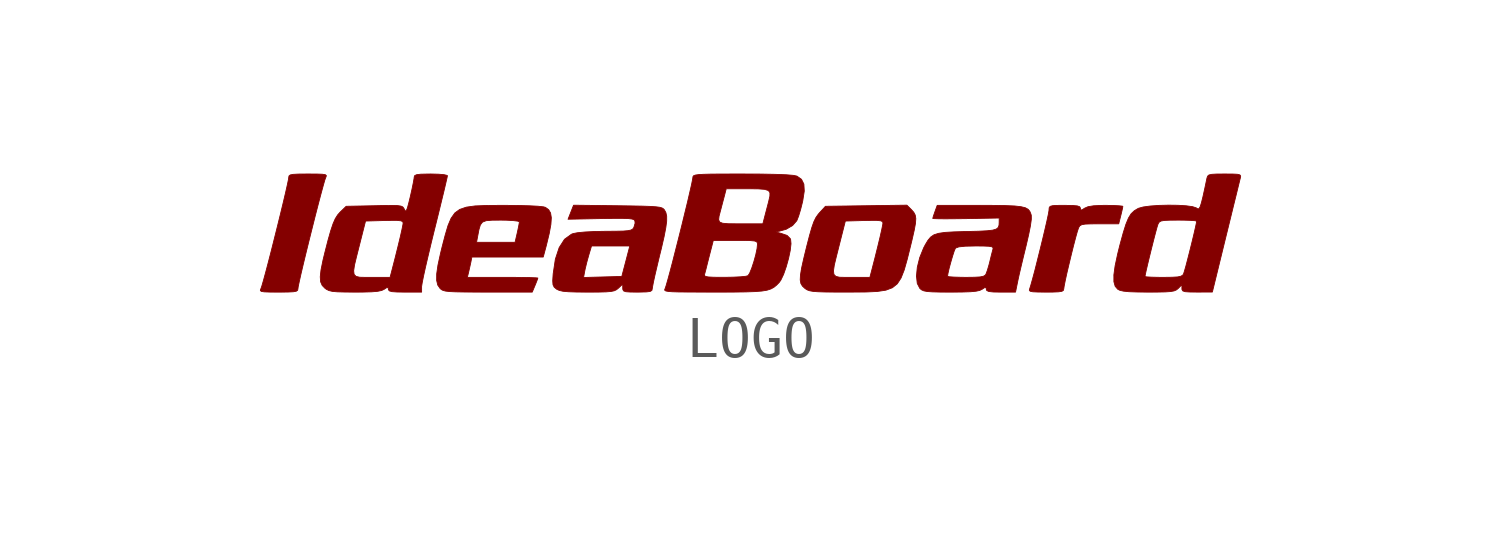
<source format=kicad_sym>
(kicad_symbol_lib
  (version 20210619)
  (generator bitmap2component)
  (symbol "LOGO"
    (pin_names
      (offset 1.016))
    (property "Reference" "#G"
      (at 0 0.822 0)
      (effects (font (size 1.27 1.27)) hide))
    (symbol "LOGO_0_0"
      (polyline (pts (xy -11.394 -1.455) (xy -11.264 -1.448) (xy -11.191 -1.434) (xy -11.159 -1.409) (xy -11.152 -1.37) (xy -11.146 -1.323) (xy -11.119 -1.195) (xy -11.076 -1.003) (xy -11.019 -0.761) (xy -10.952 -0.484) (xy -10.878 -0.184) (xy -10.801 0.124) (xy -10.725 0.426) (xy -10.652 0.709) (xy -10.586 0.959) (xy -10.531 1.161) (xy -10.491 1.303) (xy -10.467 1.37) (xy -10.459 1.386) (xy -10.452 1.419) (xy -10.478 1.44) (xy -10.552 1.451) (xy -10.688 1.456) (xy -10.9 1.457) (xy -10.936 1.457) (xy -11.138 1.455) (xy -11.268 1.448) (xy -11.341 1.434) (xy -11.373 1.409) (xy -11.38 1.371) (xy -11.386 1.323) (xy -11.413 1.195) (xy -11.456 1.003) (xy -11.513 0.761) (xy -11.58 0.484) (xy -11.654 0.184) (xy -11.731 -0.124) (xy -11.807 -0.426) (xy -11.88 -0.709) (xy -11.946 -0.959) (xy -12.001 -1.161) (xy -12.042 -1.303) (xy -12.065 -1.37) (xy -12.073 -1.386) (xy -12.08 -1.419) (xy -12.054 -1.44) (xy -11.98 -1.451) (xy -11.844 -1.456) (xy -11.632 -1.457) (xy -11.597 -1.457) (xy -11.394 -1.455)) (stroke (width 0.01)) (fill (type outline)))
      (polyline (pts (xy -8.102 -1.325) (xy -8.102 -1.317) (xy -8.087 -1.224) (xy -8.054 -1.058) (xy -8.004 -0.832) (xy -7.94 -0.557) (xy -7.866 -0.246) (xy -7.784 0.088) (xy -7.764 0.167) (xy -7.684 0.49) (xy -7.613 0.782) (xy -7.552 1.032) (xy -7.506 1.228) (xy -7.476 1.359) (xy -7.465 1.413) (xy -7.473 1.422) (xy -7.548 1.44) (xy -7.688 1.452) (xy -7.875 1.457) (xy -7.952 1.456) (xy -8.122 1.452) (xy -8.223 1.44) (xy -8.272 1.418) (xy -8.285 1.383) (xy -8.287 1.355) (xy -8.306 1.246) (xy -8.339 1.084) (xy -8.382 0.893) (xy -8.415 0.758) (xy -8.452 0.62) (xy -8.48 0.553) (xy -8.503 0.544) (xy -8.527 0.584) (xy -8.541 0.613) (xy -8.567 0.645) (xy -8.611 0.665) (xy -8.69 0.677) (xy -8.816 0.681) (xy -9.004 0.68) (xy -9.269 0.674) (xy -9.963 0.66) (xy -10.101 0.527) (xy -10.106 0.523) (xy -10.173 0.448) (xy -10.232 0.354) (xy -10.287 0.228) (xy -10.345 0.055) (xy -10.411 -0.178) (xy -10.49 -0.486) (xy -10.535 -0.671) (xy -10.583 -0.907) (xy -10.586 -0.931) (xy -9.778 -0.931) (xy -9.757 -0.788) (xy -9.707 -0.581) (xy -9.635 -0.296) (xy -9.485 0.296) (xy -9.021 0.309) (xy -8.861 0.312) (xy -8.705 0.312) (xy -8.613 0.302) (xy -8.569 0.282) (xy -8.558 0.249) (xy -8.562 0.214) (xy -8.586 0.093) (xy -8.628 -0.095) (xy -8.686 -0.335) (xy -8.756 -0.616) (xy -8.835 -0.922) (xy -8.88 -1.093) (xy -9.333 -1.093) (xy -9.494 -1.093) (xy -9.63 -1.09) (xy -9.719 -1.069) (xy -9.767 -1.02) (xy -9.778 -0.931) (xy -10.586 -0.931) (xy -10.602 -1.079) (xy -10.593 -1.203) (xy -10.554 -1.292) (xy -10.486 -1.362) (xy -10.449 -1.389) (xy -10.387 -1.419) (xy -10.303 -1.439) (xy -10.179 -1.45) (xy -9.999 -1.455) (xy -9.745 -1.457) (xy -9.549 -1.456) (xy -9.335 -1.45) (xy -9.185 -1.437) (xy -9.086 -1.416) (xy -9.023 -1.386) (xy -8.971 -1.351) (xy -8.93 -1.34) (xy -8.922 -1.386) (xy -8.921 -1.395) (xy -8.899 -1.426) (xy -8.835 -1.445) (xy -8.711 -1.454) (xy -8.512 -1.457) (xy -8.102 -1.457) (xy -8.102 -1.325)) (stroke (width 0.01)) (fill (type outline)))
      (polyline (pts (xy -5.304 -1.292) (xy -5.29 -1.259) (xy -5.251 -1.159) (xy -5.235 -1.11) (xy -5.235 -1.109) (xy -5.285 -1.104) (xy -5.411 -1.099) (xy -5.598 -1.096) (xy -5.835 -1.093) (xy -6.105 -1.093) (xy -6.974 -1.093) (xy -6.944 -0.973) (xy -6.92 -0.868) (xy -6.888 -0.723) (xy -6.862 -0.592) (xy -5.102 -0.592) (xy -5.056 -0.421) (xy -5.025 -0.305) (xy -4.954 -0.011) (xy -4.913 0.213) (xy -4.902 0.377) (xy -4.921 0.495) (xy -4.969 0.577) (xy -5.048 0.634) (xy -5.096 0.647) (xy -5.234 0.662) (xy -5.447 0.673) (xy -5.724 0.68) (xy -6.056 0.683) (xy -6.15 0.683) (xy -6.505 0.68) (xy -6.784 0.669) (xy -6.999 0.639) (xy -7.161 0.584) (xy -7.282 0.496) (xy -7.375 0.365) (xy -7.451 0.185) (xy -7.521 -0.052) (xy -7.567 -0.228) (xy -6.747 -0.228) (xy -6.716 -0.063) (xy -6.688 0.083) (xy -6.653 0.2) (xy -6.6 0.27) (xy -6.509 0.305) (xy -6.364 0.317) (xy -6.146 0.319) (xy -6.013 0.317) (xy -5.846 0.308) (xy -5.732 0.294) (xy -5.69 0.277) (xy -5.694 0.246) (xy -5.713 0.143) (xy -5.743 0.004) (xy -5.797 -0.228) (xy -6.747 -0.228) (xy -7.567 -0.228) (xy -7.6 -0.355) (xy -7.637 -0.508) (xy -7.699 -0.792) (xy -7.73 -1.008) (xy -7.731 -1.168) (xy -7.704 -1.283) (xy -7.647 -1.366) (xy -7.615 -1.394) (xy -7.572 -1.416) (xy -7.508 -1.432) (xy -7.412 -1.443) (xy -7.271 -1.45) (xy -7.074 -1.454) (xy -6.809 -1.456) (xy -6.464 -1.457) (xy -5.373 -1.457) (xy -5.304 -1.292)) (stroke (width 0.01)) (fill (type outline)))
      (polyline (pts (xy -3.733 -1.456) (xy -3.553 -1.451) (xy -3.431 -1.441) (xy -3.35 -1.424) (xy -3.294 -1.397) (xy -3.246 -1.358) (xy -3.141 -1.259) (xy -3.141 -1.358) (xy -3.139 -1.39) (xy -3.12 -1.427) (xy -3.066 -1.447) (xy -2.958 -1.455) (xy -2.777 -1.457) (xy -2.714 -1.456) (xy -2.555 -1.452) (xy -2.464 -1.44) (xy -2.422 -1.415) (xy -2.413 -1.374) (xy -2.407 -1.333) (xy -2.384 -1.211) (xy -2.344 -1.029) (xy -2.291 -0.804) (xy -2.231 -0.552) (xy -2.189 -0.384) (xy -2.122 -0.093) (xy -2.079 0.129) (xy -2.057 0.294) (xy -2.057 0.415) (xy -2.076 0.503) (xy -2.113 0.572) (xy -2.135 0.596) (xy -2.171 0.619) (xy -2.23 0.636) (xy -2.323 0.648) (xy -2.462 0.657) (xy -2.658 0.664) (xy -2.922 0.669) (xy -3.266 0.674) (xy -4.354 0.687) (xy -4.422 0.514) (xy -4.49 0.341) (xy -3.679 0.357) (xy -3.633 0.358) (xy -3.349 0.362) (xy -3.143 0.362) (xy -3.001 0.357) (xy -2.912 0.346) (xy -2.863 0.329) (xy -2.842 0.304) (xy -2.836 0.243) (xy -2.866 0.14) (xy -2.868 0.136) (xy -2.894 0.1) (xy -2.936 0.075) (xy -3.009 0.059) (xy -3.128 0.049) (xy -3.308 0.045) (xy -3.563 0.043) (xy -3.571 0.043) (xy -3.84 0.038) (xy -4.075 0.026) (xy -4.258 0.008) (xy -4.368 -0.014) (xy -4.406 -0.029) (xy -4.577 -0.153) (xy -4.709 -0.359) (xy -4.803 -0.644) (xy -4.857 -1.006) (xy -4.858 -1.021) (xy -4.863 -1.096) (xy -4.107 -1.096) (xy -4.078 -0.938) (xy -4.066 -0.88) (xy -4.027 -0.719) (xy -3.98 -0.55) (xy -3.911 -0.319) (xy -2.967 -0.319) (xy -3.065 -0.694) (xy -3.164 -1.07) (xy -3.636 -1.083) (xy -4.107 -1.096) (xy -4.863 -1.096) (xy -4.868 -1.179) (xy -4.861 -1.275) (xy -4.832 -1.334) (xy -4.775 -1.382) (xy -4.769 -1.386) (xy -4.707 -1.415) (xy -4.615 -1.436) (xy -4.479 -1.448) (xy -4.282 -1.455) (xy -4.01 -1.457) (xy -3.986 -1.457) (xy -3.733 -1.456)) (stroke (width 0.01)) (fill (type outline)))
      (polyline (pts (xy -0.402 -1.456) (xy -0.11 -1.452) (xy 0.117 -1.444) (xy 0.288 -1.431) (xy 0.417 -1.41) (xy 0.513 -1.379) (xy 0.588 -1.338) (xy 0.654 -1.284) (xy 0.721 -1.215) (xy 0.759 -1.161) (xy 0.827 -1.018) (xy 0.892 -0.832) (xy 0.949 -0.627) (xy 0.991 -0.429) (xy 1.01 -0.264) (xy 1 -0.157) (xy 0.992 -0.138) (xy 0.914 -0.06) (xy 0.765 -0.008) (xy 0.702 0.008) (xy 0.648 0.03) (xy 0.673 0.041) (xy 0.713 0.044) (xy 0.892 0.094) (xy 1.05 0.187) (xy 1.152 0.304) (xy 1.154 0.308) (xy 1.198 0.42) (xy 1.248 0.586) (xy 1.294 0.77) (xy 1.3 0.798) (xy 1.337 1.036) (xy 1.327 1.207) (xy 1.268 1.326) (xy 1.155 1.405) (xy 1.069 1.423) (xy 0.89 1.438) (xy 0.621 1.448) (xy 0.263 1.455) (xy -0.184 1.457) (xy -0.411 1.457) (xy -0.728 1.456) (xy -0.97 1.454) (xy -1.147 1.449) (xy -1.269 1.442) (xy -1.346 1.431) (xy -1.389 1.416) (xy -1.407 1.396) (xy -1.411 1.371) (xy -1.418 1.323) (xy -1.444 1.195) (xy -1.488 1.003) (xy -1.544 0.761) (xy -1.612 0.484) (xy -1.65 0.327) (xy -0.775 0.327) (xy -0.765 0.416) (xy -0.731 0.546) (xy -0.724 0.572) (xy -0.682 0.733) (xy -0.638 0.899) (xy -0.588 1.093) (xy -0.029 1.093) (xy 0.203 1.09) (xy 0.359 1.078) (xy 0.451 1.049) (xy 0.49 0.996) (xy 0.489 0.912) (xy 0.461 0.79) (xy 0.455 0.765) (xy 0.41 0.593) (xy 0.365 0.421) (xy 0.315 0.228) (xy -0.334 0.228) (xy -0.542 0.23) (xy -0.676 0.242) (xy -0.75 0.271) (xy -0.775 0.327) (xy -1.65 0.327) (xy -1.685 0.184) (xy -1.762 -0.124) (xy -1.839 -0.426) (xy -1.911 -0.709) (xy -1.977 -0.959) (xy -2.001 -1.047) (xy -1.124 -1.047) (xy -1.121 -1.013) (xy -1.116 -0.996) (xy -1.087 -0.888) (xy -1.053 -0.751) (xy -1.047 -0.727) (xy -1.002 -0.55) (xy -0.957 -0.376) (xy -0.907 -0.182) (xy -0.362 -0.182) (xy -0.153 -0.182) (xy 0.008 -0.186) (xy 0.107 -0.195) (xy 0.159 -0.213) (xy 0.179 -0.242) (xy 0.182 -0.285) (xy 0.172 -0.384) (xy 0.14 -0.536) (xy 0.093 -0.706) (xy 0.04 -0.867) (xy -0.011 -0.991) (xy -0.052 -1.052) (xy -0.106 -1.066) (xy -0.236 -1.079) (xy -0.417 -1.088) (xy -0.629 -1.092) (xy -0.704 -1.092) (xy -0.902 -1.09) (xy -1.029 -1.083) (xy -1.098 -1.07) (xy -1.124 -1.047) (xy -2.001 -1.047) (xy -2.032 -1.161) (xy -2.073 -1.303) (xy -2.096 -1.37) (xy -2.106 -1.392) (xy -2.104 -1.413) (xy -2.078 -1.429) (xy -2.019 -1.44) (xy -1.917 -1.448) (xy -1.763 -1.453) (xy -1.546 -1.455) (xy -1.257 -1.456) (xy -0.887 -1.457) (xy -0.771 -1.457) (xy -0.402 -1.456)) (stroke (width 0.01)) (fill (type outline)))
      (polyline (pts (xy 2.861 -1.454) (xy 3.137 -1.441) (xy 3.35 -1.409) (xy 3.51 -1.349) (xy 3.631 -1.252) (xy 3.724 -1.109) (xy 3.802 -0.911) (xy 3.876 -0.65) (xy 3.959 -0.316) (xy 3.996 -0.164) (xy 4.049 0.069) (xy 4.08 0.238) (xy 4.088 0.358) (xy 4.074 0.443) (xy 4.039 0.51) (xy 3.983 0.574) (xy 3.868 0.688) (xy 2.864 0.674) (xy 1.859 0.66) (xy 1.711 0.499) (xy 1.681 0.464) (xy 1.624 0.383) (xy 1.573 0.279) (xy 1.523 0.137) (xy 1.466 -0.061) (xy 1.396 -0.331) (xy 1.323 -0.63) (xy 1.271 -0.863) (xy 1.26 -0.931) (xy 2.057 -0.931) (xy 2.078 -0.788) (xy 2.128 -0.581) (xy 2.2 -0.296) (xy 2.35 0.296) (xy 2.814 0.309) (xy 2.974 0.312) (xy 3.13 0.312) (xy 3.223 0.302) (xy 3.266 0.282) (xy 3.277 0.249) (xy 3.273 0.214) (xy 3.249 0.093) (xy 3.207 -0.095) (xy 3.149 -0.335) (xy 3.079 -0.616) (xy 3 -0.922) (xy 2.955 -1.093) (xy 2.502 -1.093) (xy 2.341 -1.093) (xy 2.205 -1.09) (xy 2.116 -1.069) (xy 2.068 -1.02) (xy 2.057 -0.931) (xy 1.26 -0.931) (xy 1.243 -1.034) (xy 1.237 -1.157) (xy 1.253 -1.244) (xy 1.291 -1.308) (xy 1.349 -1.362) (xy 1.364 -1.374) (xy 1.411 -1.403) (xy 1.47 -1.424) (xy 1.554 -1.439) (xy 1.677 -1.448) (xy 1.851 -1.454) (xy 2.09 -1.456) (xy 2.407 -1.456) (xy 2.509 -1.456) (xy 2.861 -1.454)) (stroke (width 0.01)) (fill (type outline)))
      (polyline (pts (xy 6.601 -1.195) (xy 6.605 -1.176) (xy 6.639 -1.02) (xy 6.689 -0.806) (xy 6.748 -0.56) (xy 6.81 -0.307) (xy 6.87 -0.047) (xy 6.915 0.176) (xy 6.938 0.341) (xy 6.937 0.434) (xy 6.929 0.464) (xy 6.902 0.532) (xy 6.86 0.585) (xy 6.79 0.624) (xy 6.683 0.65) (xy 6.528 0.668) (xy 6.314 0.677) (xy 6.03 0.682) (xy 5.666 0.683) (xy 4.616 0.683) (xy 4.561 0.532) (xy 4.555 0.514) (xy 4.52 0.413) (xy 4.506 0.361) (xy 4.544 0.356) (xy 4.659 0.352) (xy 4.837 0.351) (xy 5.064 0.353) (xy 5.326 0.356) (xy 6.145 0.371) (xy 6.144 0.265) (xy 6.141 0.195) (xy 6.121 0.138) (xy 6.073 0.098) (xy 5.985 0.072) (xy 5.843 0.056) (xy 5.635 0.045) (xy 5.348 0.038) (xy 5.32 0.038) (xy 5.026 0.029) (xy 4.807 0.016) (xy 4.649 -0.007) (xy 4.536 -0.043) (xy 4.454 -0.099) (xy 4.388 -0.178) (xy 4.323 -0.286) (xy 4.281 -0.366) (xy 4.185 -0.604) (xy 4.125 -0.843) (xy 4.104 -1.062) (xy 4.105 -1.068) (xy 4.871 -1.068) (xy 4.881 -0.999) (xy 4.91 -0.871) (xy 4.952 -0.716) (xy 4.997 -0.562) (xy 5.037 -0.439) (xy 5.065 -0.376) (xy 5.07 -0.37) (xy 5.15 -0.341) (xy 5.313 -0.324) (xy 5.562 -0.319) (xy 5.757 -0.32) (xy 5.892 -0.326) (xy 5.966 -0.339) (xy 5.994 -0.362) (xy 5.991 -0.398) (xy 5.98 -0.437) (xy 5.949 -0.557) (xy 5.913 -0.706) (xy 5.893 -0.784) (xy 5.852 -0.923) (xy 5.818 -1.013) (xy 5.804 -1.035) (xy 5.759 -1.064) (xy 5.676 -1.082) (xy 5.537 -1.09) (xy 5.324 -1.093) (xy 5.193 -1.091) (xy 5.027 -1.086) (xy 4.913 -1.078) (xy 4.871 -1.068) (xy 4.105 -1.068) (xy 4.124 -1.243) (xy 4.188 -1.366) (xy 4.23 -1.401) (xy 4.286 -1.426) (xy 4.37 -1.442) (xy 4.499 -1.451) (xy 4.688 -1.456) (xy 4.952 -1.457) (xy 5.227 -1.455) (xy 5.431 -1.448) (xy 5.572 -1.435) (xy 5.665 -1.415) (xy 5.725 -1.386) (xy 5.777 -1.351) (xy 5.818 -1.34) (xy 5.827 -1.386) (xy 5.839 -1.419) (xy 5.892 -1.442) (xy 6.003 -1.454) (xy 6.187 -1.457) (xy 6.548 -1.457) (xy 6.601 -1.195)) (stroke (width 0.01)) (fill (type outline)))
      (polyline (pts (xy 7.464 -1.456) (xy 7.609 -1.45) (xy 7.692 -1.437) (xy 7.729 -1.413) (xy 7.738 -1.375) (xy 7.747 -1.312) (xy 7.774 -1.175) (xy 7.815 -0.987) (xy 7.867 -0.767) (xy 7.923 -0.534) (xy 7.979 -0.309) (xy 8.031 -0.111) (xy 8.073 0.04) (xy 8.102 0.125) (xy 8.108 0.139) (xy 8.135 0.18) (xy 8.182 0.206) (xy 8.267 0.221) (xy 8.407 0.226) (xy 8.62 0.228) (xy 9.093 0.228) (xy 9.144 0.43) (xy 9.159 0.49) (xy 9.185 0.602) (xy 9.195 0.657) (xy 9.182 0.664) (xy 9.099 0.673) (xy 8.956 0.68) (xy 8.773 0.683) (xy 8.685 0.682) (xy 8.476 0.673) (xy 8.336 0.65) (xy 8.249 0.612) (xy 8.197 0.577) (xy 8.156 0.567) (xy 8.148 0.612) (xy 8.148 0.616) (xy 8.13 0.649) (xy 8.071 0.67) (xy 7.953 0.68) (xy 7.761 0.683) (xy 7.576 0.682) (xy 7.461 0.675) (xy 7.401 0.658) (xy 7.378 0.624) (xy 7.374 0.57) (xy 7.373 0.555) (xy 7.356 0.459) (xy 7.321 0.296) (xy 7.272 0.084) (xy 7.214 -0.16) (xy 7.15 -0.421) (xy 7.085 -0.681) (xy 7.024 -0.923) (xy 6.968 -1.131) (xy 6.924 -1.288) (xy 6.896 -1.377) (xy 6.888 -1.41) (xy 6.908 -1.435) (xy 6.974 -1.449) (xy 7.099 -1.455) (xy 7.301 -1.457) (xy 7.464 -1.456)) (stroke (width 0.01)) (fill (type outline)))
      (polyline (pts (xy 10.046 -1.456) (xy 10.24 -1.452) (xy 10.372 -1.443) (xy 10.459 -1.427) (xy 10.517 -1.402) (xy 10.561 -1.366) (xy 10.652 -1.274) (xy 10.652 -1.366) (xy 10.653 -1.393) (xy 10.674 -1.427) (xy 10.73 -1.446) (xy 10.842 -1.454) (xy 11.027 -1.456) (xy 11.403 -1.455) (xy 11.736 -0.094) (xy 11.77 0.044) (xy 11.852 0.378) (xy 11.926 0.681) (xy 11.991 0.943) (xy 12.042 1.152) (xy 12.077 1.295) (xy 12.094 1.362) (xy 12.094 1.363) (xy 12.101 1.407) (xy 12.081 1.435) (xy 12.02 1.45) (xy 11.9 1.456) (xy 11.705 1.457) (xy 11.518 1.456) (xy 11.391 1.449) (xy 11.319 1.433) (xy 11.285 1.403) (xy 11.269 1.354) (xy 11.222 1.13) (xy 11.172 0.903) (xy 11.133 0.746) (xy 11.102 0.65) (xy 11.074 0.603) (xy 11.046 0.595) (xy 11.015 0.615) (xy 11.009 0.62) (xy 10.915 0.651) (xy 10.755 0.673) (xy 10.549 0.685) (xy 10.319 0.688) (xy 10.086 0.682) (xy 9.872 0.667) (xy 9.696 0.643) (xy 9.58 0.611) (xy 9.572 0.607) (xy 9.477 0.55) (xy 9.399 0.476) (xy 9.333 0.369) (xy 9.27 0.216) (xy 9.203 0.002) (xy 9.124 -0.287) (xy 9.067 -0.515) (xy 9.004 -0.809) (xy 8.973 -1.035) (xy 8.974 -1.073) (xy 9.741 -1.073) (xy 9.745 -1.046) (xy 9.767 -0.941) (xy 9.804 -0.781) (xy 9.851 -0.586) (xy 9.903 -0.375) (xy 9.955 -0.169) (xy 10.002 0.011) (xy 10.039 0.147) (xy 10.061 0.216) (xy 10.064 0.224) (xy 10.09 0.268) (xy 10.135 0.296) (xy 10.216 0.311) (xy 10.351 0.317) (xy 10.56 0.319) (xy 10.693 0.318) (xy 10.859 0.313) (xy 10.973 0.305) (xy 11.016 0.294) (xy 11.011 0.261) (xy 10.988 0.15) (xy 10.95 -0.016) (xy 10.902 -0.216) (xy 10.849 -0.43) (xy 10.796 -0.637) (xy 10.749 -0.817) (xy 10.711 -0.949) (xy 10.69 -1.013) (xy 10.675 -1.034) (xy 10.63 -1.064) (xy 10.547 -1.082) (xy 10.408 -1.09) (xy 10.195 -1.093) (xy 10.064 -1.092) (xy 9.898 -1.088) (xy 9.784 -1.081) (xy 9.741 -1.073) (xy 8.974 -1.073) (xy 8.974 -1.2) (xy 9.006 -1.314) (xy 9.069 -1.386) (xy 9.12 -1.412) (xy 9.21 -1.433) (xy 9.347 -1.447) (xy 9.545 -1.454) (xy 9.82 -1.457) (xy 10.046 -1.456)) (stroke (width 0.01)) (fill (type outline))))))
</source>
